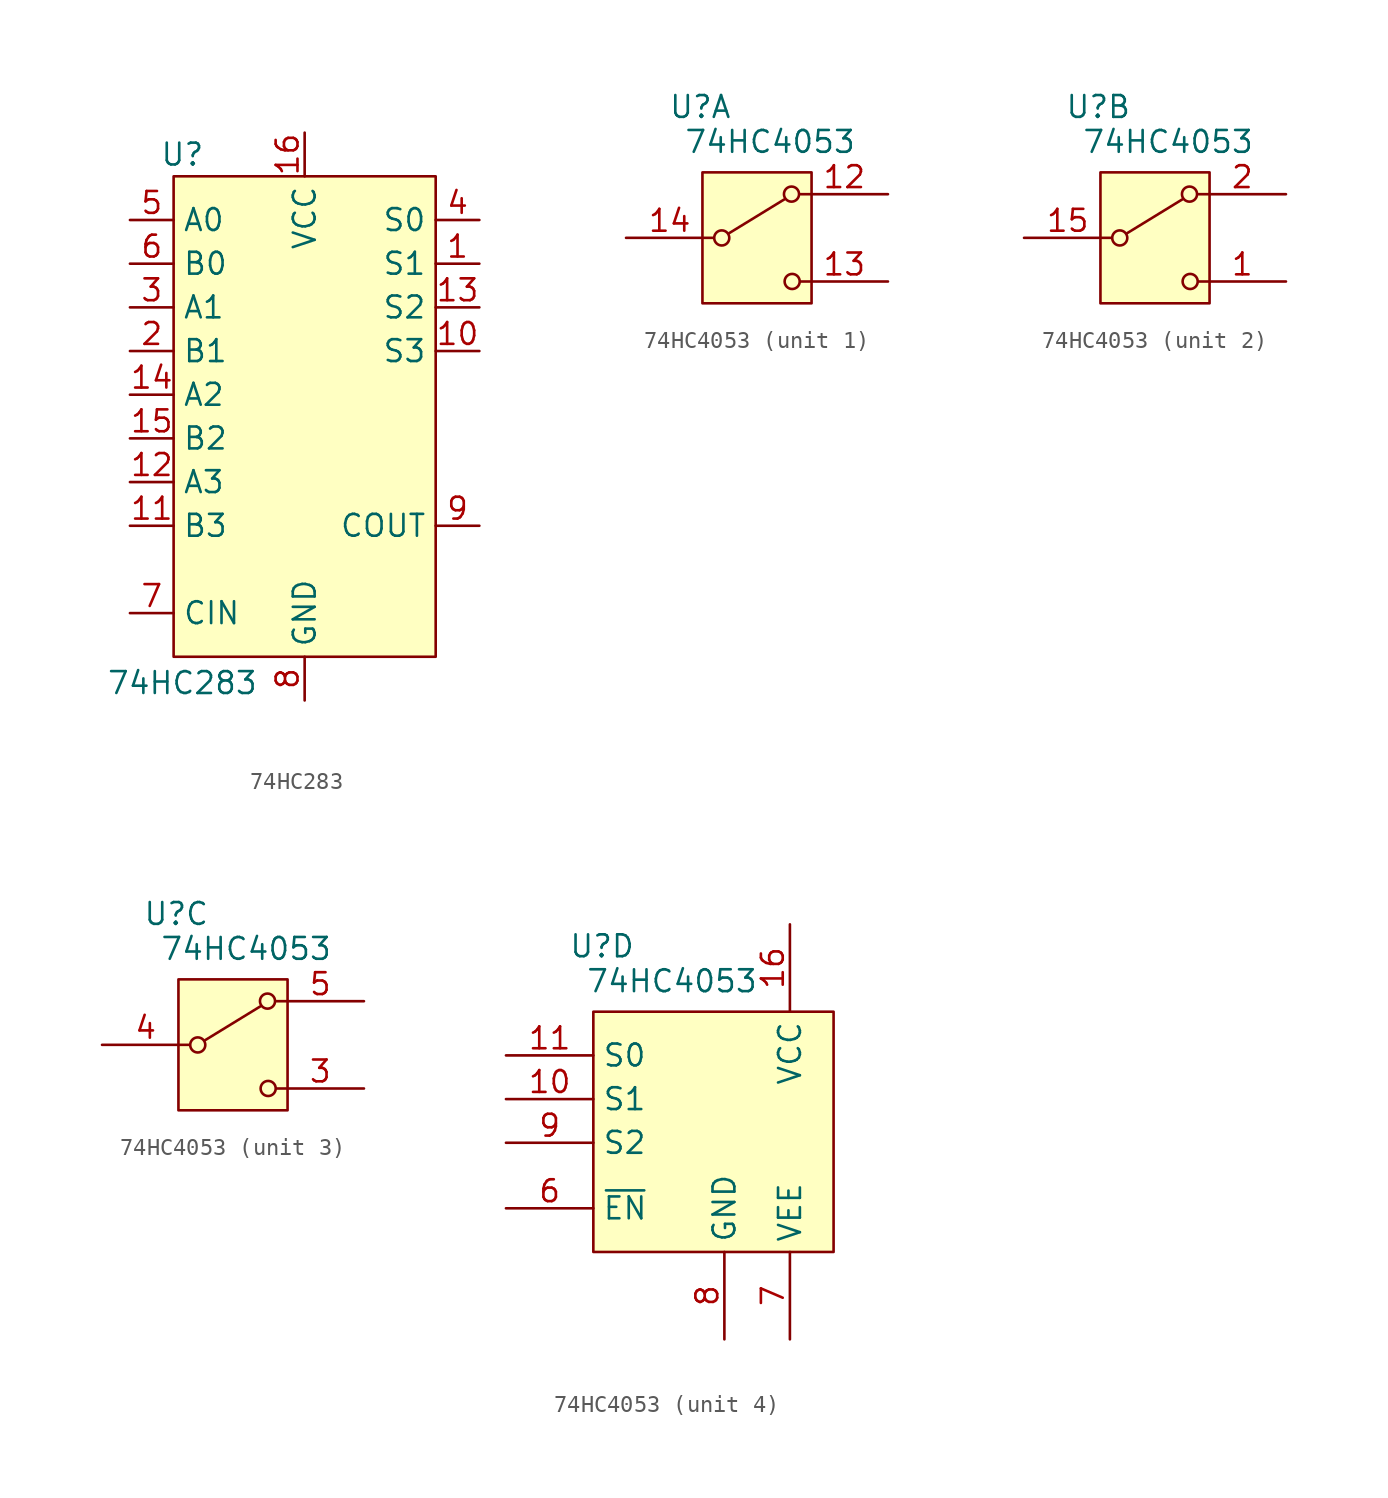
<source format=kicad_sym>
(kicad_symbol_lib
  (version 20231120)
  (generator "kicad_symbol_editor")
  (generator_version "8.0")
  (symbol "74HC283"
    (property "Reference" "U"
      (at 0.508 1.27 0)
      (effects (font (size 1.27 1.27))))
    (property "Value" "74HC283"
      (at 0.508 -29.464 0)
      (effects (font (size 1.27 1.27))))
    (symbol "74HC283_1_1"
      (rectangle (start 0 0) (end 15.24 -27.94) (stroke (width 0) (type default)) (fill (type background)))
      (pin output line (at 17.78 -5.08 180) (length 2.54) (name "S1" (effects (font (size 1.27 1.27)))) (number "1" (effects (font (size 1.27 1.27)))))
      (pin output line (at 17.78 -10.16 180) (length 2.54) (name "S3" (effects (font (size 1.27 1.27)))) (number "10" (effects (font (size 1.27 1.27)))))
      (pin input line (at -2.54 -20.32 0) (length 2.54) (name "B3" (effects (font (size 1.27 1.27)))) (number "11" (effects (font (size 1.27 1.27)))))
      (pin input line (at -2.54 -17.78 0) (length 2.54) (name "A3" (effects (font (size 1.27 1.27)))) (number "12" (effects (font (size 1.27 1.27)))))
      (pin output line (at 17.78 -7.62 180) (length 2.54) (name "S2" (effects (font (size 1.27 1.27)))) (number "13" (effects (font (size 1.27 1.27)))))
      (pin input line (at -2.54 -12.7 0) (length 2.54) (name "A2" (effects (font (size 1.27 1.27)))) (number "14" (effects (font (size 1.27 1.27)))))
      (pin input line (at -2.54 -15.24 0) (length 2.54) (name "B2" (effects (font (size 1.27 1.27)))) (number "15" (effects (font (size 1.27 1.27)))))
      (pin power_in line (at 7.62 2.54 270) (length 2.54) (name "VCC" (effects (font (size 1.27 1.27)))) (number "16" (effects (font (size 1.27 1.27)))))
      (pin input line (at -2.54 -10.16 0) (length 2.54) (name "B1" (effects (font (size 1.27 1.27)))) (number "2" (effects (font (size 1.27 1.27)))))
      (pin input line (at -2.54 -7.62 0) (length 2.54) (name "A1" (effects (font (size 1.27 1.27)))) (number "3" (effects (font (size 1.27 1.27)))))
      (pin output line (at 17.78 -2.54 180) (length 2.54) (name "S0" (effects (font (size 1.27 1.27)))) (number "4" (effects (font (size 1.27 1.27)))))
      (pin input line (at -2.54 -2.54 0) (length 2.54) (name "A0" (effects (font (size 1.27 1.27)))) (number "5" (effects (font (size 1.27 1.27)))))
      (pin input line (at -2.54 -5.08 0) (length 2.54) (name "B0" (effects (font (size 1.27 1.27)))) (number "6" (effects (font (size 1.27 1.27)))))
      (pin input line (at -2.54 -25.4 0) (length 2.54) (name "CIN" (effects (font (size 1.27 1.27)))) (number "7" (effects (font (size 1.27 1.27)))))
      (pin power_in line (at 7.62 -30.48 90) (length 2.54) (name "GND" (effects (font (size 1.27 1.27)))) (number "8" (effects (font (size 1.27 1.27)))))
      (pin output line (at 17.78 -20.32 180) (length 2.54) (name "COUT" (effects (font (size 1.27 1.27)))) (number "9" (effects (font (size 1.27 1.27)))))))
  (symbol "74HC4053"
    (property "Reference" "U"
      (at -3.302 7.62 0)
      (effects (font (size 1.27 1.27))))
    (property "Value" "74HC4053"
      (at 0.762 5.588 0)
      (effects (font (size 1.27 1.27))))
    (property "ki_locked" ""
      (at 0 0 0)
      (effects (font (size 1.27 1.27))))
    (symbol "74HC4053_1_1"
      (rectangle (start -3.175 3.81) (end 3.175 -3.81) (stroke (width 0) (type default)) (fill (type background)))
      (circle (center -2.051 -0.005) (radius 0.439) (stroke (width 0) (type default)) (fill (type none)))
      (polyline (pts (xy -1.615 0.276) (xy 1.578 2.232) (xy 1.567 2.22)) (stroke (width 0) (type default)) (fill (type none)))
      (circle (center 2.008 2.545) (radius 0.439) (stroke (width 0) (type default)) (fill (type none)))
      (circle (center 2.046 -2.538) (radius 0.439) (stroke (width 0) (type default)) (fill (type none)))
      (pin passive line (at 7.62 2.54 180) (length 5.08) (name "NC0" (effects (font (size 0 0)))) (number "12" (effects (font (size 1.27 1.27)))))
      (pin passive line (at 7.62 -2.54 180) (length 5.08) (name "NO0" (effects (font (size 0 0)))) (number "13" (effects (font (size 1.27 1.27)))))
      (pin passive line (at -7.62 0 0) (length 5.08) (name "COM0" (effects (font (size 0 0)))) (number "14" (effects (font (size 1.27 1.27))))))
    (symbol "74HC4053_2_1"
      (rectangle (start -3.175 3.81) (end 3.175 -3.81) (stroke (width 0) (type default)) (fill (type background)))
      (circle (center -2.051 -0.005) (radius 0.439) (stroke (width 0) (type default)) (fill (type none)))
      (polyline (pts (xy -1.615 0.276) (xy 1.578 2.232) (xy 1.567 2.22)) (stroke (width 0) (type default)) (fill (type none)))
      (circle (center 2.008 2.545) (radius 0.439) (stroke (width 0) (type default)) (fill (type none)))
      (circle (center 2.046 -2.538) (radius 0.439) (stroke (width 0) (type default)) (fill (type none)))
      (pin passive line (at 7.62 -2.54 180) (length 5.08) (name "NO0" (effects (font (size 0 0)))) (number "1" (effects (font (size 1.27 1.27)))))
      (pin passive line (at -7.62 0 0) (length 5.08) (name "COM1" (effects (font (size 0 0)))) (number "15" (effects (font (size 1.27 1.27)))))
      (pin passive line (at 7.62 2.54 180) (length 5.08) (name "NC1" (effects (font (size 0 0)))) (number "2" (effects (font (size 1.27 1.27))))))
    (symbol "74HC4053_3_1"
      (rectangle (start -3.175 3.81) (end 3.175 -3.81) (stroke (width 0) (type default)) (fill (type background)))
      (circle (center -2.051 -0.005) (radius 0.439) (stroke (width 0) (type default)) (fill (type none)))
      (polyline (pts (xy -1.615 0.276) (xy 1.578 2.232) (xy 1.567 2.22)) (stroke (width 0) (type default)) (fill (type none)))
      (circle (center 2.008 2.545) (radius 0.439) (stroke (width 0) (type default)) (fill (type none)))
      (circle (center 2.046 -2.538) (radius 0.439) (stroke (width 0) (type default)) (fill (type none)))
      (pin passive line (at 7.62 -2.54 180) (length 5.08) (name "NO0" (effects (font (size 0 0)))) (number "3" (effects (font (size 1.27 1.27)))))
      (pin passive line (at -7.62 0 0) (length 5.08) (name "COM2" (effects (font (size 0 0)))) (number "4" (effects (font (size 1.27 1.27)))))
      (pin passive line (at 7.62 2.54 180) (length 5.08) (name "NC2" (effects (font (size 0 0)))) (number "5" (effects (font (size 1.27 1.27))))))
    (symbol "74HC4053_4_1"
      (rectangle (start -3.81 3.81) (end 10.16 -10.16) (stroke (width 0) (type default)) (fill (type background)))
      (pin passive line (at -8.89 -1.27 0) (length 5.08) (name "S1" (effects (font (size 1.27 1.27)))) (number "10" (effects (font (size 1.27 1.27)))))
      (pin passive line (at -8.89 1.27 0) (length 5.08) (name "S0" (effects (font (size 1.27 1.27)))) (number "11" (effects (font (size 1.27 1.27)))))
      (pin power_in line (at 7.62 8.89 270) (length 5.08) (name "VCC" (effects (font (size 1.27 1.27)))) (number "16" (effects (font (size 1.27 1.27)))))
      (pin input line (at -8.89 -7.62 0) (length 5.08) (name "~{EN}" (effects (font (size 1.27 1.27)))) (number "6" (effects (font (size 1.27 1.27)))))
      (pin power_in line (at 7.62 -15.24 90) (length 5.08) (name "VEE" (effects (font (size 1.27 1.27)))) (number "7" (effects (font (size 1.27 1.27)))))
      (pin passive line (at 3.81 -15.24 90) (length 5.08) (name "GND" (effects (font (size 1.27 1.27)))) (number "8" (effects (font (size 1.27 1.27)))))
      (pin passive line (at -8.89 -3.81 0) (length 5.08) (name "S2" (effects (font (size 1.27 1.27)))) (number "9" (effects (font (size 1.27 1.27))))))))
</source>
